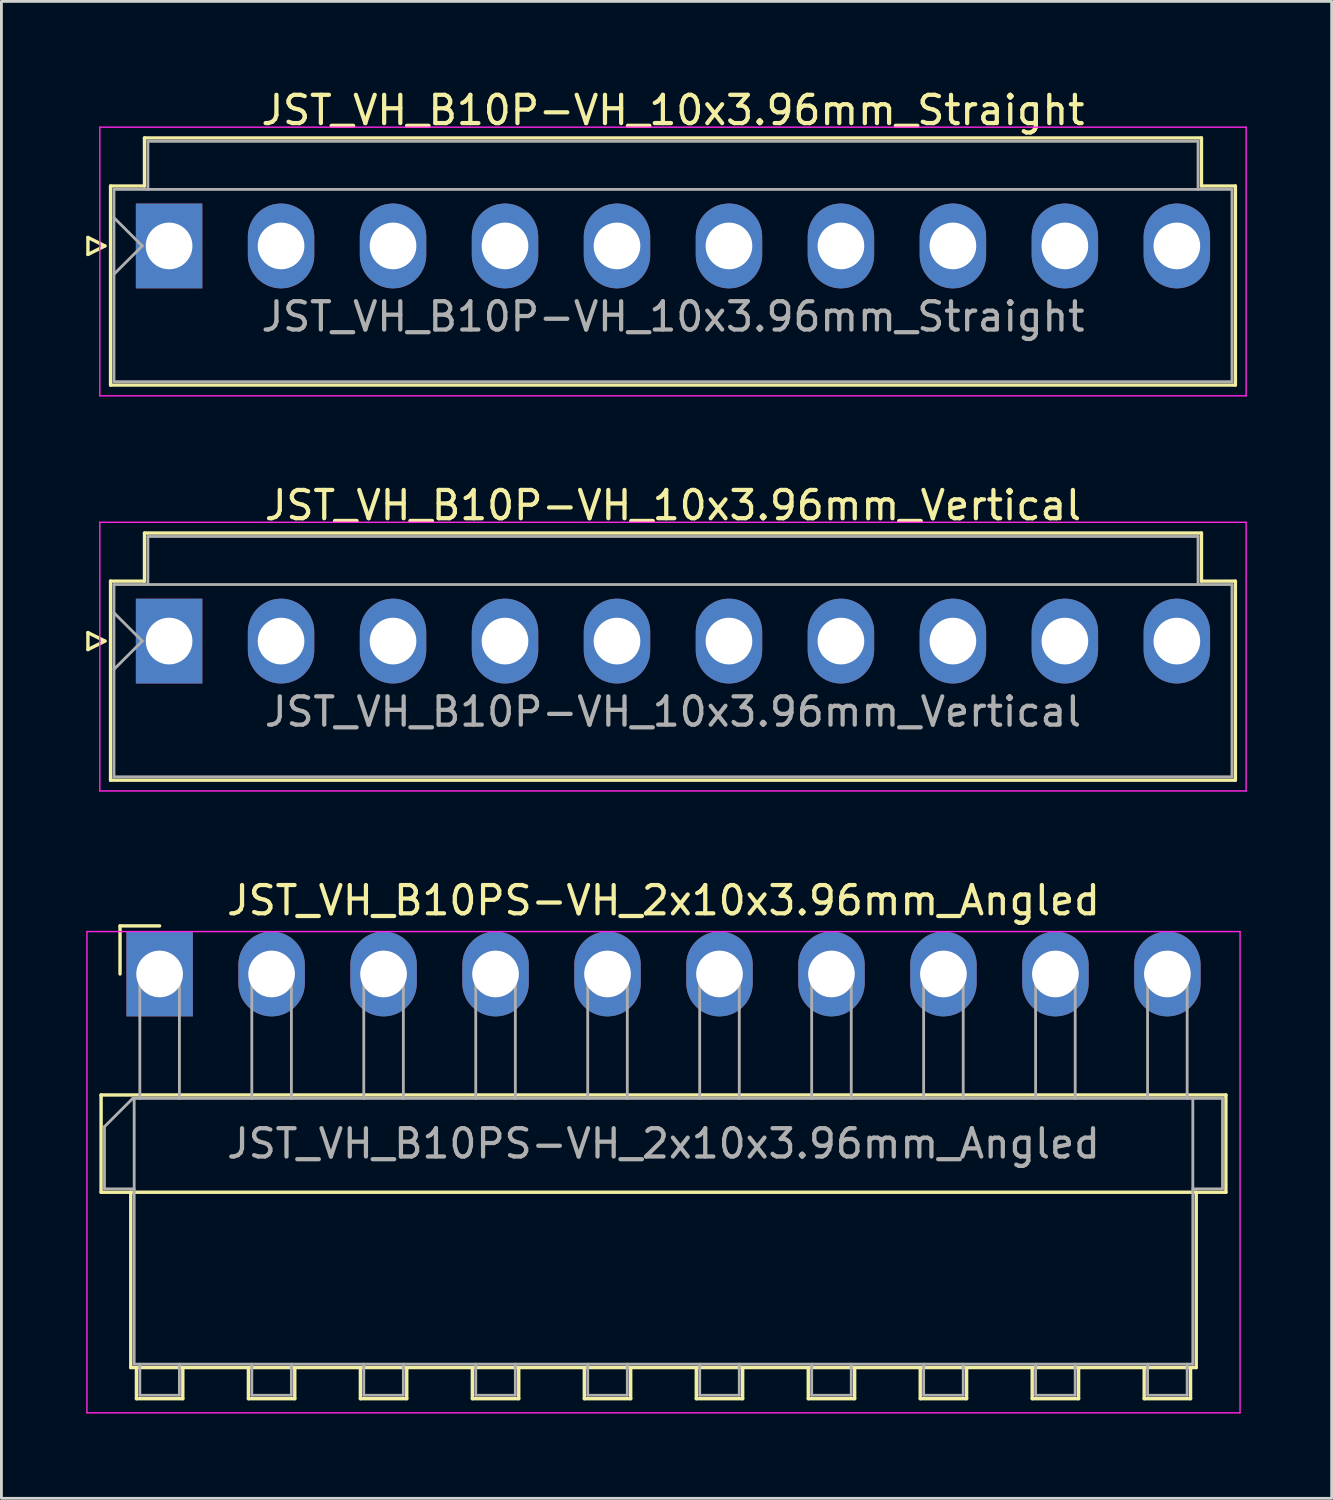
<source format=kicad_pcb>
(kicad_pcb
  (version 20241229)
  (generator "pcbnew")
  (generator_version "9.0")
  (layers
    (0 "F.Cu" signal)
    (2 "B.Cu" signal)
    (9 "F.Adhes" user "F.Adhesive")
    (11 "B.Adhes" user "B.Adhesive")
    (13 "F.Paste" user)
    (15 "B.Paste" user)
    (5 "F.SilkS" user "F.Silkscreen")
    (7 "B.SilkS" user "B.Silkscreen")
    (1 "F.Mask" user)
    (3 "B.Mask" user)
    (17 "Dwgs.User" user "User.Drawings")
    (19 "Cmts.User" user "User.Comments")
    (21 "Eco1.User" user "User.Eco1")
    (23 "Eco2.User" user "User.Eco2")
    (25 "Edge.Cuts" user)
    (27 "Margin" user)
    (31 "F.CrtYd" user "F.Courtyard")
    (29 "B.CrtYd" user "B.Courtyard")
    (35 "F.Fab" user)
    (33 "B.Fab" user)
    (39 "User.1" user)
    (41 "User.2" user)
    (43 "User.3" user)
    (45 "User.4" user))
  (footprint "JST_VH_B10P-VH_10x3.96mm_Straight"
    (layer "F.Cu")
    (at 2.93 5.648)
    (property "Reference" "JST_VH_B10P-VH_10x3.96mm_Straight" (at 17.82 -4.8 0) (layer "F.SilkS") (effects (font (size 1 1) (thickness 0.15))))
    (attr through_hole)
    (fp_line (start -2.87 -0.3) (end -2.27 0) (stroke (width 0.12) (type solid)) (layer "F.SilkS"))
    (fp_line (start -2.87 0.3) (end -2.87 -0.3) (stroke (width 0.12) (type solid)) (layer "F.SilkS"))
    (fp_line (start -2.27 0) (end -2.87 0.3) (stroke (width 0.12) (type solid)) (layer "F.SilkS"))
    (fp_line (start -2.07 -2.12) (end -0.87 -2.12) (stroke (width 0.12) (type solid)) (layer "F.SilkS"))
    (fp_line (start -2.07 4.92) (end -2.07 -2.12) (stroke (width 0.12) (type solid)) (layer "F.SilkS"))
    (fp_line (start -0.87 -3.82) (end 36.51 -3.82) (stroke (width 0.12) (type solid)) (layer "F.SilkS"))
    (fp_line (start -0.87 -2.12) (end -0.87 -3.82) (stroke (width 0.12) (type solid)) (layer "F.SilkS"))
    (fp_line (start 36.51 -3.82) (end 36.51 -2.12) (stroke (width 0.12) (type solid)) (layer "F.SilkS"))
    (fp_line (start 36.51 -2.12) (end 37.71 -2.12) (stroke (width 0.12) (type solid)) (layer "F.SilkS"))
    (fp_line (start 37.71 -2.12) (end 37.71 4.92) (stroke (width 0.12) (type solid)) (layer "F.SilkS"))
    (fp_line (start 37.71 4.92) (end -2.07 4.92) (stroke (width 0.12) (type solid)) (layer "F.SilkS"))
    (fp_line (start -2.45 -4.2) (end -2.45 5.3) (stroke (width 0.05) (type solid)) (layer "F.CrtYd"))
    (fp_line (start -2.45 5.3) (end 38.09 5.3) (stroke (width 0.05) (type solid)) (layer "F.CrtYd"))
    (fp_line (start 38.09 -4.2) (end -2.45 -4.2) (stroke (width 0.05) (type solid)) (layer "F.CrtYd"))
    (fp_line (start 38.09 5.3) (end 38.09 -4.2) (stroke (width 0.05) (type solid)) (layer "F.CrtYd"))
    (fp_line (start -1.95 -2) (end -1.95 4.8) (stroke (width 0.1) (type solid)) (layer "F.Fab"))
    (fp_line (start -1.95 -1) (end -0.95 0) (stroke (width 0.1) (type solid)) (layer "F.Fab"))
    (fp_line (start -1.95 1) (end -0.95 0) (stroke (width 0.1) (type solid)) (layer "F.Fab"))
    (fp_line (start -1.95 4.8) (end 37.59 4.8) (stroke (width 0.1) (type solid)) (layer "F.Fab"))
    (fp_line (start -0.75 -3.7) (end 36.39 -3.7) (stroke (width 0.1) (type solid)) (layer "F.Fab"))
    (fp_line (start -0.75 -2) (end -0.75 -3.7) (stroke (width 0.1) (type solid)) (layer "F.Fab"))
    (fp_line (start 36.39 -3.7) (end 36.39 -2) (stroke (width 0.1) (type solid)) (layer "F.Fab"))
    (fp_line (start 37.59 -2) (end -1.95 -2) (stroke (width 0.1) (type solid)) (layer "F.Fab"))
    (fp_line (start 37.59 4.8) (end 37.59 -2) (stroke (width 0.1) (type solid)) (layer "F.Fab"))
    (fp_text user "${REFERENCE}" (at 17.82 2.5 0) (layer "F.Fab") (effects (font (size 1 1) (thickness 0.15))))
    (pad "1" thru_hole rect (at 0 0) (size 2.35 3) (drill 1.65) (layers "*.Cu" "*.Mask"))
    (pad "2" thru_hole oval (at 3.96 0) (size 2.35 3) (drill 1.65) (layers "*.Cu" "*.Mask"))
    (pad "3" thru_hole oval (at 7.92 0) (size 2.35 3) (drill 1.65) (layers "*.Cu" "*.Mask"))
    (pad "4" thru_hole oval (at 11.88 0) (size 2.35 3) (drill 1.65) (layers "*.Cu" "*.Mask"))
    (pad "5" thru_hole oval (at 15.84 0) (size 2.35 3) (drill 1.65) (layers "*.Cu" "*.Mask"))
    (pad "6" thru_hole oval (at 19.8 0) (size 2.35 3) (drill 1.65) (layers "*.Cu" "*.Mask"))
    (pad "7" thru_hole oval (at 23.76 0) (size 2.35 3) (drill 1.65) (layers "*.Cu" "*.Mask"))
    (pad "8" thru_hole oval (at 27.72 0) (size 2.35 3) (drill 1.65) (layers "*.Cu" "*.Mask"))
    (pad "9" thru_hole oval (at 31.68 0) (size 2.35 3) (drill 1.65) (layers "*.Cu" "*.Mask"))
    (pad "10" thru_hole oval (at 35.64 0) (size 2.35 3) (drill 1.65) (layers "*.Cu" "*.Mask")))
  (footprint "JST_VH_B10P-VH_10x3.96mm_Vertical"
    (layer "F.Cu")
    (at 2.93 19.622)
    (property "Reference" "JST_VH_B10P-VH_10x3.96mm_Vertical" (at 17.82 -4.8 0) (layer "F.SilkS") (effects (font (size 1 1) (thickness 0.15))))
    (attr through_hole)
    (fp_line (start -2.87 -0.3) (end -2.27 0) (stroke (width 0.12) (type solid)) (layer "F.SilkS"))
    (fp_line (start -2.87 0.3) (end -2.87 -0.3) (stroke (width 0.12) (type solid)) (layer "F.SilkS"))
    (fp_line (start -2.27 0) (end -2.87 0.3) (stroke (width 0.12) (type solid)) (layer "F.SilkS"))
    (fp_line (start -2.07 -2.12) (end -0.87 -2.12) (stroke (width 0.12) (type solid)) (layer "F.SilkS"))
    (fp_line (start -2.07 4.92) (end -2.07 -2.12) (stroke (width 0.12) (type solid)) (layer "F.SilkS"))
    (fp_line (start -0.87 -3.82) (end 36.51 -3.82) (stroke (width 0.12) (type solid)) (layer "F.SilkS"))
    (fp_line (start -0.87 -2.12) (end -0.87 -3.82) (stroke (width 0.12) (type solid)) (layer "F.SilkS"))
    (fp_line (start 36.51 -3.82) (end 36.51 -2.12) (stroke (width 0.12) (type solid)) (layer "F.SilkS"))
    (fp_line (start 36.51 -2.12) (end 37.71 -2.12) (stroke (width 0.12) (type solid)) (layer "F.SilkS"))
    (fp_line (start 37.71 -2.12) (end 37.71 4.92) (stroke (width 0.12) (type solid)) (layer "F.SilkS"))
    (fp_line (start 37.71 4.92) (end -2.07 4.92) (stroke (width 0.12) (type solid)) (layer "F.SilkS"))
    (fp_line (start -2.45 -4.2) (end -2.45 5.3) (stroke (width 0.05) (type solid)) (layer "F.CrtYd"))
    (fp_line (start -2.45 5.3) (end 38.09 5.3) (stroke (width 0.05) (type solid)) (layer "F.CrtYd"))
    (fp_line (start 38.09 -4.2) (end -2.45 -4.2) (stroke (width 0.05) (type solid)) (layer "F.CrtYd"))
    (fp_line (start 38.09 5.3) (end 38.09 -4.2) (stroke (width 0.05) (type solid)) (layer "F.CrtYd"))
    (fp_line (start -1.95 -2) (end -1.95 4.8) (stroke (width 0.1) (type solid)) (layer "F.Fab"))
    (fp_line (start -1.95 -1) (end -0.95 0) (stroke (width 0.1) (type solid)) (layer "F.Fab"))
    (fp_line (start -1.95 1) (end -0.95 0) (stroke (width 0.1) (type solid)) (layer "F.Fab"))
    (fp_line (start -1.95 4.8) (end 37.59 4.8) (stroke (width 0.1) (type solid)) (layer "F.Fab"))
    (fp_line (start -0.75 -3.7) (end 36.39 -3.7) (stroke (width 0.1) (type solid)) (layer "F.Fab"))
    (fp_line (start -0.75 -2) (end -0.75 -3.7) (stroke (width 0.1) (type solid)) (layer "F.Fab"))
    (fp_line (start 36.39 -3.7) (end 36.39 -2) (stroke (width 0.1) (type solid)) (layer "F.Fab"))
    (fp_line (start 37.59 -2) (end -1.95 -2) (stroke (width 0.1) (type solid)) (layer "F.Fab"))
    (fp_line (start 37.59 4.8) (end 37.59 -2) (stroke (width 0.1) (type solid)) (layer "F.Fab"))
    (fp_text user "${REFERENCE}" (at 17.82 2.5 0) (layer "F.Fab") (effects (font (size 1 1) (thickness 0.15))))
    (pad "1" thru_hole rect (at 0 0) (size 2.35 3) (drill 1.65) (layers "*.Cu" "*.Mask"))
    (pad "2" thru_hole oval (at 3.96 0) (size 2.35 3) (drill 1.65) (layers "*.Cu" "*.Mask"))
    (pad "3" thru_hole oval (at 7.92 0) (size 2.35 3) (drill 1.65) (layers "*.Cu" "*.Mask"))
    (pad "4" thru_hole oval (at 11.88 0) (size 2.35 3) (drill 1.65) (layers "*.Cu" "*.Mask"))
    (pad "5" thru_hole oval (at 15.84 0) (size 2.35 3) (drill 1.65) (layers "*.Cu" "*.Mask"))
    (pad "6" thru_hole oval (at 19.8 0) (size 2.35 3) (drill 1.65) (layers "*.Cu" "*.Mask"))
    (pad "7" thru_hole oval (at 23.76 0) (size 2.35 3) (drill 1.65) (layers "*.Cu" "*.Mask"))
    (pad "8" thru_hole oval (at 27.72 0) (size 2.35 3) (drill 1.65) (layers "*.Cu" "*.Mask"))
    (pad "9" thru_hole oval (at 31.68 0) (size 2.35 3) (drill 1.65) (layers "*.Cu" "*.Mask"))
    (pad "10" thru_hole oval (at 35.64 0) (size 2.35 3) (drill 1.65) (layers "*.Cu" "*.Mask")))
  (footprint "JST_VH_B10PS-VH_2x10x3.96mm_Angled"
    (layer "F.Cu")
    (at 2.595 31.395)
    (property "Reference" "JST_VH_B10PS-VH_2x10x3.96mm_Angled" (at 17.82 -2.6 0) (layer "F.SilkS") (effects (font (size 1 1) (thickness 0.15))))
    (attr through_hole)
    (fp_line (start -2.07 4.28) (end -2.07 7.72) (stroke (width 0.12) (type solid)) (layer "F.SilkS"))
    (fp_line (start -2.07 7.72) (end 37.71 7.72) (stroke (width 0.12) (type solid)) (layer "F.SilkS"))
    (fp_line (start -1.4 -1.7) (end -1.4 0) (stroke (width 0.12) (type solid)) (layer "F.SilkS"))
    (fp_line (start -1.02 7.72) (end -1.02 13.92) (stroke (width 0.12) (type solid)) (layer "F.SilkS"))
    (fp_line (start -1.02 13.92) (end 36.66 13.92) (stroke (width 0.12) (type solid)) (layer "F.SilkS"))
    (fp_line (start -0.82 13.92) (end -0.82 15.02) (stroke (width 0.12) (type solid)) (layer "F.SilkS"))
    (fp_line (start -0.82 15.02) (end 0.82 15.02) (stroke (width 0.12) (type solid)) (layer "F.SilkS"))
    (fp_line (start 0 -1.7) (end -1.4 -1.7) (stroke (width 0.12) (type solid)) (layer "F.SilkS"))
    (fp_line (start 0.82 15.02) (end 0.82 13.92) (stroke (width 0.12) (type solid)) (layer "F.SilkS"))
    (fp_line (start 3.14 13.92) (end 3.14 15.02) (stroke (width 0.12) (type solid)) (layer "F.SilkS"))
    (fp_line (start 3.14 15.02) (end 4.78 15.02) (stroke (width 0.12) (type solid)) (layer "F.SilkS"))
    (fp_line (start 4.78 15.02) (end 4.78 13.92) (stroke (width 0.12) (type solid)) (layer "F.SilkS"))
    (fp_line (start 7.1 13.92) (end 7.1 15.02) (stroke (width 0.12) (type solid)) (layer "F.SilkS"))
    (fp_line (start 7.1 15.02) (end 8.74 15.02) (stroke (width 0.12) (type solid)) (layer "F.SilkS"))
    (fp_line (start 8.74 15.02) (end 8.74 13.92) (stroke (width 0.12) (type solid)) (layer "F.SilkS"))
    (fp_line (start 11.06 13.92) (end 11.06 15.02) (stroke (width 0.12) (type solid)) (layer "F.SilkS"))
    (fp_line (start 11.06 15.02) (end 12.7 15.02) (stroke (width 0.12) (type solid)) (layer "F.SilkS"))
    (fp_line (start 12.7 15.02) (end 12.7 13.92) (stroke (width 0.12) (type solid)) (layer "F.SilkS"))
    (fp_line (start 15.02 13.92) (end 15.02 15.02) (stroke (width 0.12) (type solid)) (layer "F.SilkS"))
    (fp_line (start 15.02 15.02) (end 16.66 15.02) (stroke (width 0.12) (type solid)) (layer "F.SilkS"))
    (fp_line (start 16.66 15.02) (end 16.66 13.92) (stroke (width 0.12) (type solid)) (layer "F.SilkS"))
    (fp_line (start 18.98 13.92) (end 18.98 15.02) (stroke (width 0.12) (type solid)) (layer "F.SilkS"))
    (fp_line (start 18.98 15.02) (end 20.62 15.02) (stroke (width 0.12) (type solid)) (layer "F.SilkS"))
    (fp_line (start 20.62 15.02) (end 20.62 13.92) (stroke (width 0.12) (type solid)) (layer "F.SilkS"))
    (fp_line (start 22.94 13.92) (end 22.94 15.02) (stroke (width 0.12) (type solid)) (layer "F.SilkS"))
    (fp_line (start 22.94 15.02) (end 24.58 15.02) (stroke (width 0.12) (type solid)) (layer "F.SilkS"))
    (fp_line (start 24.58 15.02) (end 24.58 13.92) (stroke (width 0.12) (type solid)) (layer "F.SilkS"))
    (fp_line (start 26.9 13.92) (end 26.9 15.02) (stroke (width 0.12) (type solid)) (layer "F.SilkS"))
    (fp_line (start 26.9 15.02) (end 28.54 15.02) (stroke (width 0.12) (type solid)) (layer "F.SilkS"))
    (fp_line (start 28.54 15.02) (end 28.54 13.92) (stroke (width 0.12) (type solid)) (layer "F.SilkS"))
    (fp_line (start 30.86 13.92) (end 30.86 15.02) (stroke (width 0.12) (type solid)) (layer "F.SilkS"))
    (fp_line (start 30.86 15.02) (end 32.5 15.02) (stroke (width 0.12) (type solid)) (layer "F.SilkS"))
    (fp_line (start 32.5 15.02) (end 32.5 13.92) (stroke (width 0.12) (type solid)) (layer "F.SilkS"))
    (fp_line (start 34.82 13.92) (end 34.82 15.02) (stroke (width 0.12) (type solid)) (layer "F.SilkS"))
    (fp_line (start 34.82 15.02) (end 36.46 15.02) (stroke (width 0.12) (type solid)) (layer "F.SilkS"))
    (fp_line (start 36.46 15.02) (end 36.46 13.92) (stroke (width 0.12) (type solid)) (layer "F.SilkS"))
    (fp_line (start 36.66 13.92) (end 36.66 7.72) (stroke (width 0.12) (type solid)) (layer "F.SilkS"))
    (fp_line (start 37.71 4.28) (end -2.07 4.28) (stroke (width 0.12) (type solid)) (layer "F.SilkS"))
    (fp_line (start 37.71 7.72) (end 37.71 4.28) (stroke (width 0.12) (type solid)) (layer "F.SilkS"))
    (fp_line (start -2.57 -1.5) (end -2.57 15.52) (stroke (width 0.05) (type solid)) (layer "F.CrtYd"))
    (fp_line (start -2.57 15.52) (end 38.21 15.52) (stroke (width 0.05) (type solid)) (layer "F.CrtYd"))
    (fp_line (start 38.21 -1.5) (end -2.57 -1.5) (stroke (width 0.05) (type solid)) (layer "F.CrtYd"))
    (fp_line (start 38.21 15.52) (end 38.21 -1.5) (stroke (width 0.05) (type solid)) (layer "F.CrtYd"))
    (fp_line (start -1.95 5.4) (end -0.95 4.4) (stroke (width 0.1) (type solid)) (layer "F.Fab"))
    (fp_line (start -1.95 7.6) (end -1.95 5.4) (stroke (width 0.1) (type solid)) (layer "F.Fab"))
    (fp_line (start -0.95 4.4) (end -0.9 4.4) (stroke (width 0.1) (type solid)) (layer "F.Fab"))
    (fp_line (start -0.9 4.4) (end -0.9 13.8) (stroke (width 0.1) (type solid)) (layer "F.Fab"))
    (fp_line (start -0.9 7.6) (end -1.95 7.6) (stroke (width 0.1) (type solid)) (layer "F.Fab"))
    (fp_line (start -0.9 13.8) (end 36.54 13.8) (stroke (width 0.1) (type solid)) (layer "F.Fab"))
    (fp_line (start -0.7 0) (end 0.7 0) (stroke (width 0.1) (type solid)) (layer "F.Fab"))
    (fp_line (start -0.7 4.4) (end -0.7 0) (stroke (width 0.1) (type solid)) (layer "F.Fab"))
    (fp_line (start -0.7 13.8) (end -0.7 14.9) (stroke (width 0.1) (type solid)) (layer "F.Fab"))
    (fp_line (start -0.7 14.9) (end 0.7 14.9) (stroke (width 0.1) (type solid)) (layer "F.Fab"))
    (fp_line (start 0.7 0) (end 0.7 4.4) (stroke (width 0.1) (type solid)) (layer "F.Fab"))
    (fp_line (start 0.7 14.9) (end 0.7 13.8) (stroke (width 0.1) (type solid)) (layer "F.Fab"))
    (fp_line (start 3.26 0) (end 4.66 0) (stroke (width 0.1) (type solid)) (layer "F.Fab"))
    (fp_line (start 3.26 4.4) (end 3.26 0) (stroke (width 0.1) (type solid)) (layer "F.Fab"))
    (fp_line (start 3.26 13.8) (end 3.26 14.9) (stroke (width 0.1) (type solid)) (layer "F.Fab"))
    (fp_line (start 3.26 14.9) (end 4.66 14.9) (stroke (width 0.1) (type solid)) (layer "F.Fab"))
    (fp_line (start 4.66 0) (end 4.66 4.4) (stroke (width 0.1) (type solid)) (layer "F.Fab"))
    (fp_line (start 4.66 14.9) (end 4.66 13.8) (stroke (width 0.1) (type solid)) (layer "F.Fab"))
    (fp_line (start 7.22 0) (end 8.62 0) (stroke (width 0.1) (type solid)) (layer "F.Fab"))
    (fp_line (start 7.22 4.4) (end 7.22 0) (stroke (width 0.1) (type solid)) (layer "F.Fab"))
    (fp_line (start 7.22 13.8) (end 7.22 14.9) (stroke (width 0.1) (type solid)) (layer "F.Fab"))
    (fp_line (start 7.22 14.9) (end 8.62 14.9) (stroke (width 0.1) (type solid)) (layer "F.Fab"))
    (fp_line (start 8.62 0) (end 8.62 4.4) (stroke (width 0.1) (type solid)) (layer "F.Fab"))
    (fp_line (start 8.62 14.9) (end 8.62 13.8) (stroke (width 0.1) (type solid)) (layer "F.Fab"))
    (fp_line (start 11.18 0) (end 12.58 0) (stroke (width 0.1) (type solid)) (layer "F.Fab"))
    (fp_line (start 11.18 4.4) (end 11.18 0) (stroke (width 0.1) (type solid)) (layer "F.Fab"))
    (fp_line (start 11.18 13.8) (end 11.18 14.9) (stroke (width 0.1) (type solid)) (layer "F.Fab"))
    (fp_line (start 11.18 14.9) (end 12.58 14.9) (stroke (width 0.1) (type solid)) (layer "F.Fab"))
    (fp_line (start 12.58 0) (end 12.58 4.4) (stroke (width 0.1) (type solid)) (layer "F.Fab"))
    (fp_line (start 12.58 14.9) (end 12.58 13.8) (stroke (width 0.1) (type solid)) (layer "F.Fab"))
    (fp_line (start 15.14 0) (end 16.54 0) (stroke (width 0.1) (type solid)) (layer "F.Fab"))
    (fp_line (start 15.14 4.4) (end 15.14 0) (stroke (width 0.1) (type solid)) (layer "F.Fab"))
    (fp_line (start 15.14 13.8) (end 15.14 14.9) (stroke (width 0.1) (type solid)) (layer "F.Fab"))
    (fp_line (start 15.14 14.9) (end 16.54 14.9) (stroke (width 0.1) (type solid)) (layer "F.Fab"))
    (fp_line (start 16.54 0) (end 16.54 4.4) (stroke (width 0.1) (type solid)) (layer "F.Fab"))
    (fp_line (start 16.54 14.9) (end 16.54 13.8) (stroke (width 0.1) (type solid)) (layer "F.Fab"))
    (fp_line (start 19.1 0) (end 20.5 0) (stroke (width 0.1) (type solid)) (layer "F.Fab"))
    (fp_line (start 19.1 4.4) (end 19.1 0) (stroke (width 0.1) (type solid)) (layer "F.Fab"))
    (fp_line (start 19.1 13.8) (end 19.1 14.9) (stroke (width 0.1) (type solid)) (layer "F.Fab"))
    (fp_line (start 19.1 14.9) (end 20.5 14.9) (stroke (width 0.1) (type solid)) (layer "F.Fab"))
    (fp_line (start 20.5 0) (end 20.5 4.4) (stroke (width 0.1) (type solid)) (layer "F.Fab"))
    (fp_line (start 20.5 14.9) (end 20.5 13.8) (stroke (width 0.1) (type solid)) (layer "F.Fab"))
    (fp_line (start 23.06 0) (end 24.46 0) (stroke (width 0.1) (type solid)) (layer "F.Fab"))
    (fp_line (start 23.06 4.4) (end 23.06 0) (stroke (width 0.1) (type solid)) (layer "F.Fab"))
    (fp_line (start 23.06 13.8) (end 23.06 14.9) (stroke (width 0.1) (type solid)) (layer "F.Fab"))
    (fp_line (start 23.06 14.9) (end 24.46 14.9) (stroke (width 0.1) (type solid)) (layer "F.Fab"))
    (fp_line (start 24.46 0) (end 24.46 4.4) (stroke (width 0.1) (type solid)) (layer "F.Fab"))
    (fp_line (start 24.46 14.9) (end 24.46 13.8) (stroke (width 0.1) (type solid)) (layer "F.Fab"))
    (fp_line (start 27.02 0) (end 28.42 0) (stroke (width 0.1) (type solid)) (layer "F.Fab"))
    (fp_line (start 27.02 4.4) (end 27.02 0) (stroke (width 0.1) (type solid)) (layer "F.Fab"))
    (fp_line (start 27.02 13.8) (end 27.02 14.9) (stroke (width 0.1) (type solid)) (layer "F.Fab"))
    (fp_line (start 27.02 14.9) (end 28.42 14.9) (stroke (width 0.1) (type solid)) (layer "F.Fab"))
    (fp_line (start 28.42 0) (end 28.42 4.4) (stroke (width 0.1) (type solid)) (layer "F.Fab"))
    (fp_line (start 28.42 14.9) (end 28.42 13.8) (stroke (width 0.1) (type solid)) (layer "F.Fab"))
    (fp_line (start 30.98 0) (end 32.38 0) (stroke (width 0.1) (type solid)) (layer "F.Fab"))
    (fp_line (start 30.98 4.4) (end 30.98 0) (stroke (width 0.1) (type solid)) (layer "F.Fab"))
    (fp_line (start 30.98 13.8) (end 30.98 14.9) (stroke (width 0.1) (type solid)) (layer "F.Fab"))
    (fp_line (start 30.98 14.9) (end 32.38 14.9) (stroke (width 0.1) (type solid)) (layer "F.Fab"))
    (fp_line (start 32.38 0) (end 32.38 4.4) (stroke (width 0.1) (type solid)) (layer "F.Fab"))
    (fp_line (start 32.38 14.9) (end 32.38 13.8) (stroke (width 0.1) (type solid)) (layer "F.Fab"))
    (fp_line (start 34.94 0) (end 36.34 0) (stroke (width 0.1) (type solid)) (layer "F.Fab"))
    (fp_line (start 34.94 4.4) (end 34.94 0) (stroke (width 0.1) (type solid)) (layer "F.Fab"))
    (fp_line (start 34.94 13.8) (end 34.94 14.9) (stroke (width 0.1) (type solid)) (layer "F.Fab"))
    (fp_line (start 34.94 14.9) (end 36.34 14.9) (stroke (width 0.1) (type solid)) (layer "F.Fab"))
    (fp_line (start 36.34 0) (end 36.34 4.4) (stroke (width 0.1) (type solid)) (layer "F.Fab"))
    (fp_line (start 36.34 14.9) (end 36.34 13.8) (stroke (width 0.1) (type solid)) (layer "F.Fab"))
    (fp_line (start 36.54 4.4) (end -0.9 4.4) (stroke (width 0.1) (type solid)) (layer "F.Fab"))
    (fp_line (start 36.54 4.4) (end 37.59 4.4) (stroke (width 0.1) (type solid)) (layer "F.Fab"))
    (fp_line (start 36.54 13.8) (end 36.54 4.4) (stroke (width 0.1) (type solid)) (layer "F.Fab"))
    (fp_line (start 37.59 4.4) (end 37.59 7.6) (stroke (width 0.1) (type solid)) (layer "F.Fab"))
    (fp_line (start 37.59 7.6) (end 36.54 7.6) (stroke (width 0.1) (type solid)) (layer "F.Fab"))
    (fp_text user "${REFERENCE}" (at 17.82 6 0) (layer "F.Fab") (effects (font (size 1 1) (thickness 0.15))))
    (pad "1" thru_hole rect (at 0 0) (size 2.35 3) (drill 1.65) (layers "*.Cu" "*.Mask"))
    (pad "2" thru_hole oval (at 3.96 0) (size 2.35 3) (drill 1.65) (layers "*.Cu" "*.Mask"))
    (pad "3" thru_hole oval (at 7.92 0) (size 2.35 3) (drill 1.65) (layers "*.Cu" "*.Mask"))
    (pad "4" thru_hole oval (at 11.88 0) (size 2.35 3) (drill 1.65) (layers "*.Cu" "*.Mask"))
    (pad "5" thru_hole oval (at 15.84 0) (size 2.35 3) (drill 1.65) (layers "*.Cu" "*.Mask"))
    (pad "6" thru_hole oval (at 19.8 0) (size 2.35 3) (drill 1.65) (layers "*.Cu" "*.Mask"))
    (pad "7" thru_hole oval (at 23.76 0) (size 2.35 3) (drill 1.65) (layers "*.Cu" "*.Mask"))
    (pad "8" thru_hole oval (at 27.72 0) (size 2.35 3) (drill 1.65) (layers "*.Cu" "*.Mask"))
    (pad "9" thru_hole oval (at 31.68 0) (size 2.35 3) (drill 1.65) (layers "*.Cu" "*.Mask"))
    (pad "10" thru_hole oval (at 35.64 0) (size 2.35 3) (drill 1.65) (layers "*.Cu" "*.Mask")))
  (gr_rect
    (start -3 -3)
    (end 44.045 49.94)
    (stroke (width 0.1) (type default))
    (fill no)
    (layer "Edge.Cuts")))
</source>
